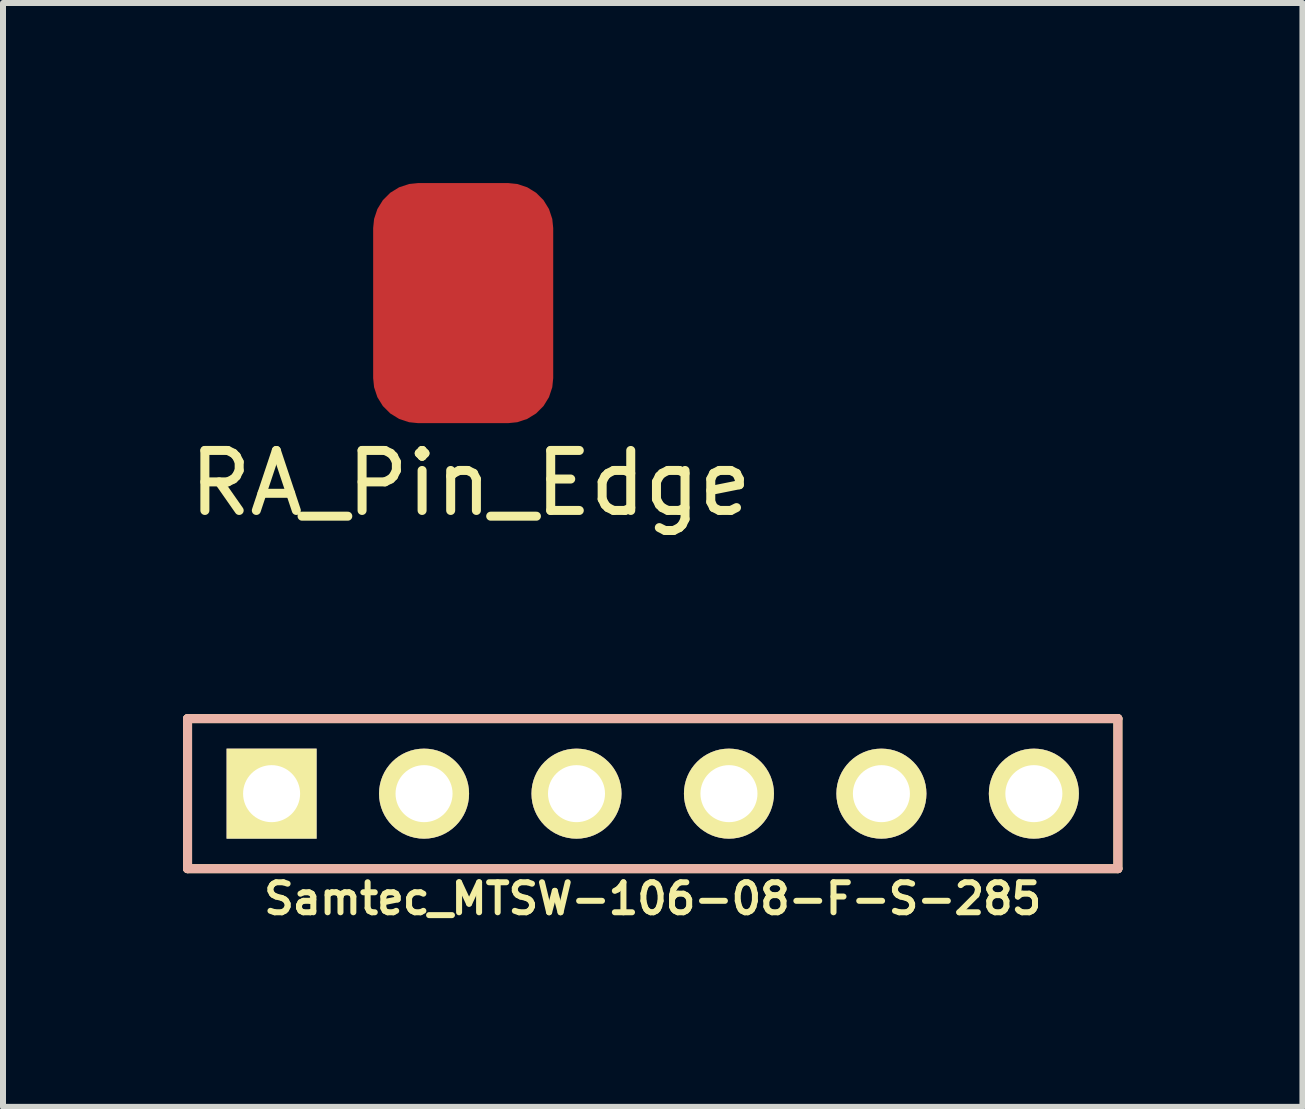
<source format=kicad_pcb>
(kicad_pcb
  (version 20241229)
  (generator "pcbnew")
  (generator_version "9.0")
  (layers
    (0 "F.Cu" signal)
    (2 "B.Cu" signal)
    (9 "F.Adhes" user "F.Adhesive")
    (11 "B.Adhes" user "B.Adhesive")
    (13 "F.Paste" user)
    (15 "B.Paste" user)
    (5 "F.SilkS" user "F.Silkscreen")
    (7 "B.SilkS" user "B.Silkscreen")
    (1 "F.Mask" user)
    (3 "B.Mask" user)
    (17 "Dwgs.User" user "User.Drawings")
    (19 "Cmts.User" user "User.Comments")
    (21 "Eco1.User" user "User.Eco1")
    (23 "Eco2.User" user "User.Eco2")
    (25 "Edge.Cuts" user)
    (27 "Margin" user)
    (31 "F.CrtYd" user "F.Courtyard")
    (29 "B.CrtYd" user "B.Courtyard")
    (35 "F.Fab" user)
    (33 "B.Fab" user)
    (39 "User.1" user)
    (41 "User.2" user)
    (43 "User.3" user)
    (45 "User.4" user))
  (footprint "Samtec_MTSW-106-08-F-S-285"
    (layer "F.Cu")
    (at 7.825 10.173)
    (property "Reference" "Samtec_MTSW-106-08-F-S-285" (at 0 1.75 0) (layer "F.SilkS") (effects (font (size 0.5 0.5) (thickness 0.1))))
    (attr through_hole)
    (fp_line (start -7.75 -1.25) (end 7.75 -1.25) (stroke (width 0.15) (type solid)) (layer "F.SilkS"))
    (fp_line (start -7.75 1.25) (end -7.75 -1.25) (stroke (width 0.15) (type solid)) (layer "F.SilkS"))
    (fp_line (start 7.75 -1.25) (end 7.75 1.25) (stroke (width 0.15) (type solid)) (layer "F.SilkS"))
    (fp_line (start 7.75 1.25) (end -7.75 1.25) (stroke (width 0.15) (type solid)) (layer "F.SilkS"))
    (fp_line (start -7.75 -1.25) (end 7.75 -1.25) (stroke (width 0.15) (type solid)) (layer "B.SilkS"))
    (fp_line (start -7.75 1.25) (end -7.75 -1.25) (stroke (width 0.15) (type solid)) (layer "B.SilkS"))
    (fp_line (start 7.75 -1.25) (end 7.75 1.25) (stroke (width 0.15) (type solid)) (layer "B.SilkS"))
    (fp_line (start 7.75 1.25) (end -7.75 1.25) (stroke (width 0.15) (type solid)) (layer "B.SilkS"))
    (pad "1" thru_hole rect (at -6.35 0) (size 1.5 1.5) (drill 0.95) (layers "*.Cu" "*.Mask" "F.SilkS"))
    (pad "2" thru_hole circle (at -3.81 0) (size 1.5 1.5) (drill 0.95) (layers "*.Cu" "*.Mask" "F.SilkS"))
    (pad "3" thru_hole circle (at -1.27 0) (size 1.5 1.5) (drill 0.95) (layers "*.Cu" "*.Mask" "F.SilkS"))
    (pad "4" thru_hole circle (at 1.27 0) (size 1.5 1.5) (drill 0.95) (layers "*.Cu" "*.Mask" "F.SilkS"))
    (pad "5" thru_hole circle (at 3.81 0) (size 1.5 1.5) (drill 0.95) (layers "*.Cu" "*.Mask" "F.SilkS"))
    (pad "6" thru_hole circle (at 6.35 0) (size 1.5 1.5) (drill 0.95) (layers "*.Cu" "*.Mask" "F.SilkS")))
  (footprint "RA_Pin_Edge"
    (layer "F.Cu")
    (at 4.667 2)
    (property "Reference" "RA_Pin_Edge" (at 0.125 3 0) (layer "F.SilkS") (effects (font (size 1 1) (thickness 0.15))))
    (attr through_hole)
    (pad "1" smd roundrect (at 0 0) (size 3 4) (layers "F.Cu" "F.Mask" "F.Paste") (roundrect_rratio 0.25)))
  (gr_rect
    (start -3 -3)
    (end 18.65 15.391)
    (stroke (width 0.1) (type default))
    (fill no)
    (layer "Edge.Cuts")))
</source>
